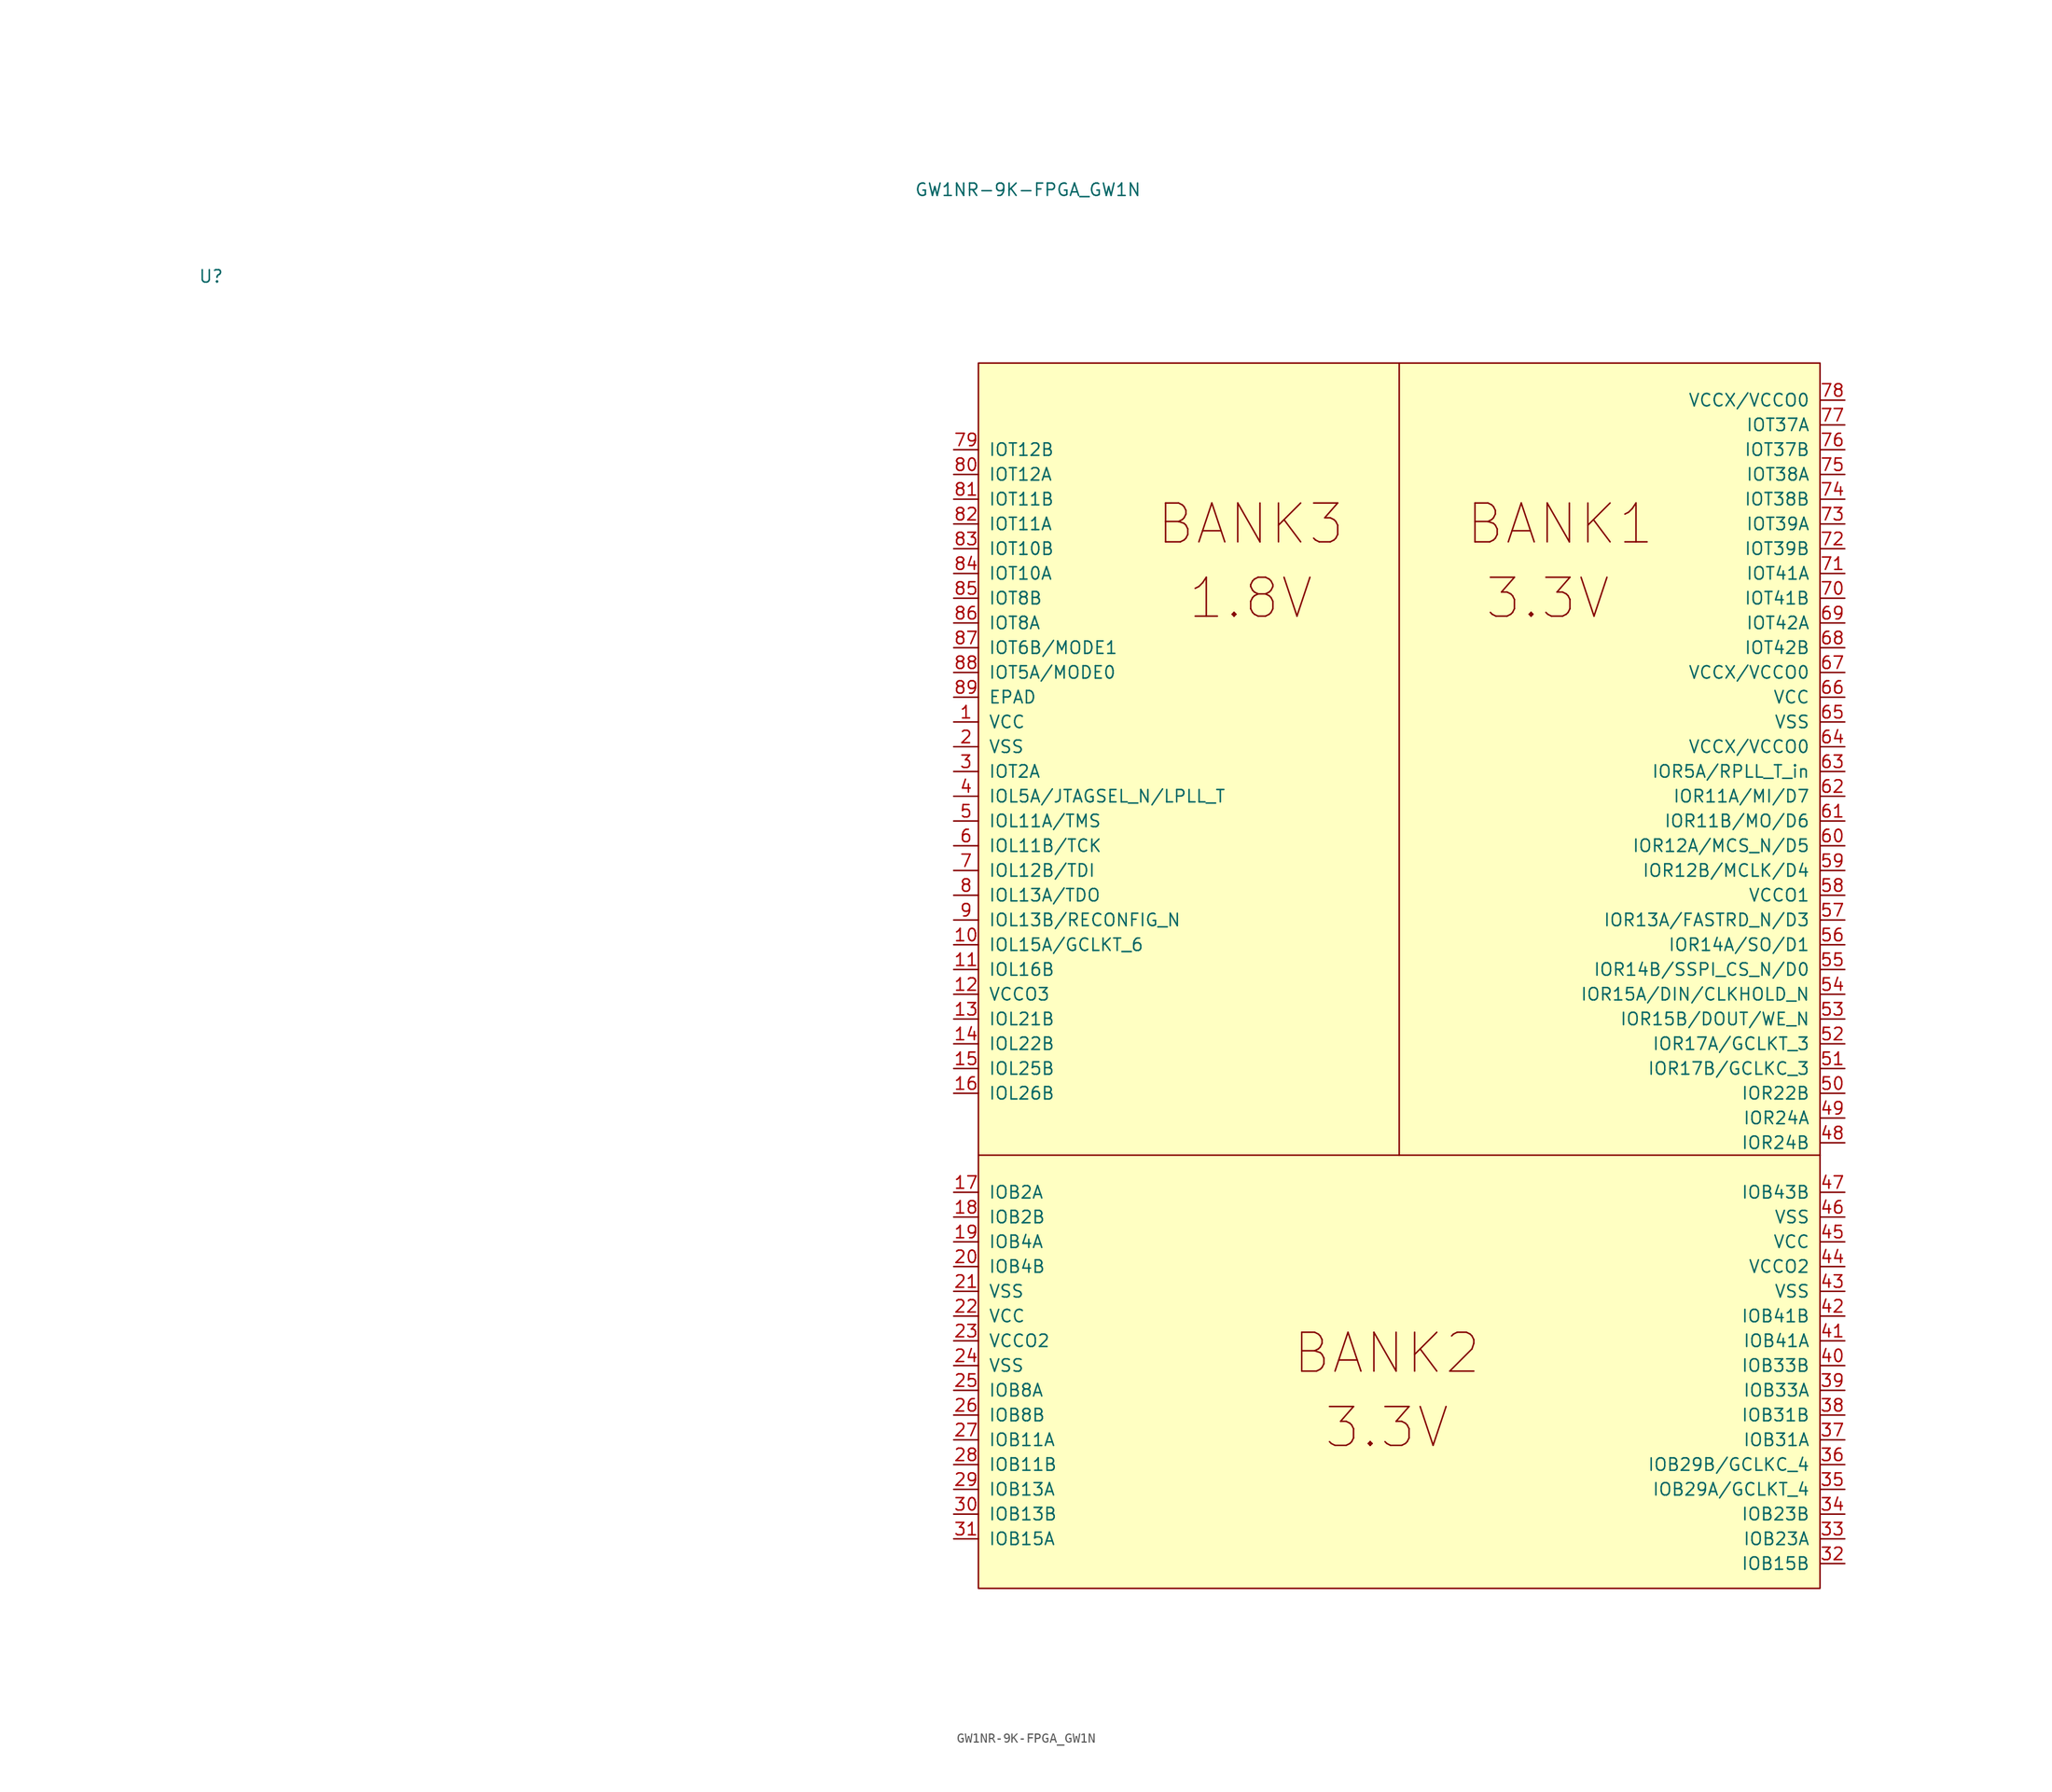
<source format=kicad_sym>
(kicad_symbol_lib
  (version 20211014)
  (generator kicad_symbol_editor)
  (symbol "GW1NR-9K-FPGA_GW1N"
    (pin_names
      (offset 1.016))
    (property "Reference" "U"
      (at 0 0 0)
      (effects (font (size 1.27 1.27))))
    (property "Value" "GW1NR-9K-FPGA_GW1N"
      (at 83.82 8.89 0)
      (effects (font (size 1.27 1.27))))
    (symbol "GW1NR-9K-FPGA_GW1N_0_1"
      (polyline (pts (xy 78.74 -90.17) (xy 165.1 -90.17)) (stroke (width 0.152) (type default) (color 0 0 0 0)) (fill (type none)))
      (polyline (pts (xy 121.92 -90.17) (xy 121.92 -8.89)) (stroke (width 0.152) (type default) (color 0 0 0 0)) (fill (type none))))
    (symbol "GW1NR-9K-FPGA_GW1N_1_1"
      (rectangle (start 78.74 -8.89) (end 165.1 -134.62) (stroke (width 0) (type default) (color 0 0 0 0)) (fill (type background)))
      (text "1.8V" (at 106.68 -33.02 0) (effects (font (size 3.988 3.988))))
      (text "3.3V" (at 120.65 -118.11 0) (effects (font (size 3.988 3.988))))
      (text "3.3V" (at 137.16 -33.02 0) (effects (font (size 3.988 3.988))))
      (text "BANK1" (at 138.43 -25.4 0) (effects (font (size 3.988 3.988))))
      (text "BANK2" (at 120.65 -110.49 0) (effects (font (size 3.988 3.988))))
      (text "BANK3" (at 106.68 -25.4 0) (effects (font (size 3.988 3.988))))
      (pin bidirectional line (at 76.2 -45.72 0) (length 2.54) (name "VCC" (effects (font (size 1.27 1.27)))) (number "1" (effects (font (size 1.27 1.27)))))
      (pin bidirectional line (at 76.2 -68.58 0) (length 2.54) (name "IOL15A/GCLKT_6" (effects (font (size 1.27 1.27)))) (number "10" (effects (font (size 1.27 1.27)))))
      (pin bidirectional line (at 76.2 -71.12 0) (length 2.54) (name "IOL16B" (effects (font (size 1.27 1.27)))) (number "11" (effects (font (size 1.27 1.27)))))
      (pin bidirectional line (at 76.2 -73.66 0) (length 2.54) (name "VCCO3" (effects (font (size 1.27 1.27)))) (number "12" (effects (font (size 1.27 1.27)))))
      (pin bidirectional line (at 76.2 -76.2 0) (length 2.54) (name "IOL21B" (effects (font (size 1.27 1.27)))) (number "13" (effects (font (size 1.27 1.27)))))
      (pin bidirectional line (at 76.2 -78.74 0) (length 2.54) (name "IOL22B" (effects (font (size 1.27 1.27)))) (number "14" (effects (font (size 1.27 1.27)))))
      (pin bidirectional line (at 76.2 -81.28 0) (length 2.54) (name "IOL25B" (effects (font (size 1.27 1.27)))) (number "15" (effects (font (size 1.27 1.27)))))
      (pin bidirectional line (at 76.2 -83.82 0) (length 2.54) (name "IOL26B" (effects (font (size 1.27 1.27)))) (number "16" (effects (font (size 1.27 1.27)))))
      (pin bidirectional line (at 76.2 -93.98 0) (length 2.54) (name "IOB2A" (effects (font (size 1.27 1.27)))) (number "17" (effects (font (size 1.27 1.27)))))
      (pin bidirectional line (at 76.2 -96.52 0) (length 2.54) (name "IOB2B" (effects (font (size 1.27 1.27)))) (number "18" (effects (font (size 1.27 1.27)))))
      (pin bidirectional line (at 76.2 -99.06 0) (length 2.54) (name "IOB4A" (effects (font (size 1.27 1.27)))) (number "19" (effects (font (size 1.27 1.27)))))
      (pin bidirectional line (at 76.2 -48.26 0) (length 2.54) (name "VSS" (effects (font (size 1.27 1.27)))) (number "2" (effects (font (size 1.27 1.27)))))
      (pin bidirectional line (at 76.2 -101.6 0) (length 2.54) (name "IOB4B" (effects (font (size 1.27 1.27)))) (number "20" (effects (font (size 1.27 1.27)))))
      (pin bidirectional line (at 76.2 -104.14 0) (length 2.54) (name "VSS" (effects (font (size 1.27 1.27)))) (number "21" (effects (font (size 1.27 1.27)))))
      (pin bidirectional line (at 76.2 -106.68 0) (length 2.54) (name "VCC" (effects (font (size 1.27 1.27)))) (number "22" (effects (font (size 1.27 1.27)))))
      (pin bidirectional line (at 76.2 -109.22 0) (length 2.54) (name "VCCO2" (effects (font (size 1.27 1.27)))) (number "23" (effects (font (size 1.27 1.27)))))
      (pin bidirectional line (at 76.2 -111.76 0) (length 2.54) (name "VSS" (effects (font (size 1.27 1.27)))) (number "24" (effects (font (size 1.27 1.27)))))
      (pin bidirectional line (at 76.2 -114.3 0) (length 2.54) (name "IOB8A" (effects (font (size 1.27 1.27)))) (number "25" (effects (font (size 1.27 1.27)))))
      (pin bidirectional line (at 76.2 -116.84 0) (length 2.54) (name "IOB8B" (effects (font (size 1.27 1.27)))) (number "26" (effects (font (size 1.27 1.27)))))
      (pin bidirectional line (at 76.2 -119.38 0) (length 2.54) (name "IOB11A" (effects (font (size 1.27 1.27)))) (number "27" (effects (font (size 1.27 1.27)))))
      (pin bidirectional line (at 76.2 -121.92 0) (length 2.54) (name "IOB11B" (effects (font (size 1.27 1.27)))) (number "28" (effects (font (size 1.27 1.27)))))
      (pin bidirectional line (at 76.2 -124.46 0) (length 2.54) (name "IOB13A" (effects (font (size 1.27 1.27)))) (number "29" (effects (font (size 1.27 1.27)))))
      (pin bidirectional line (at 76.2 -50.8 0) (length 2.54) (name "IOT2A" (effects (font (size 1.27 1.27)))) (number "3" (effects (font (size 1.27 1.27)))))
      (pin bidirectional line (at 76.2 -127 0) (length 2.54) (name "IOB13B" (effects (font (size 1.27 1.27)))) (number "30" (effects (font (size 1.27 1.27)))))
      (pin bidirectional line (at 76.2 -129.54 0) (length 2.54) (name "IOB15A" (effects (font (size 1.27 1.27)))) (number "31" (effects (font (size 1.27 1.27)))))
      (pin bidirectional line (at 167.64 -132.08 180) (length 2.54) (name "IOB15B" (effects (font (size 1.27 1.27)))) (number "32" (effects (font (size 1.27 1.27)))))
      (pin bidirectional line (at 167.64 -129.54 180) (length 2.54) (name "IOB23A" (effects (font (size 1.27 1.27)))) (number "33" (effects (font (size 1.27 1.27)))))
      (pin bidirectional line (at 167.64 -127 180) (length 2.54) (name "IOB23B" (effects (font (size 1.27 1.27)))) (number "34" (effects (font (size 1.27 1.27)))))
      (pin bidirectional line (at 167.64 -124.46 180) (length 2.54) (name "IOB29A/GCLKT_4" (effects (font (size 1.27 1.27)))) (number "35" (effects (font (size 1.27 1.27)))))
      (pin bidirectional line (at 167.64 -121.92 180) (length 2.54) (name "IOB29B/GCLKC_4" (effects (font (size 1.27 1.27)))) (number "36" (effects (font (size 1.27 1.27)))))
      (pin bidirectional line (at 167.64 -119.38 180) (length 2.54) (name "IOB31A" (effects (font (size 1.27 1.27)))) (number "37" (effects (font (size 1.27 1.27)))))
      (pin bidirectional line (at 167.64 -116.84 180) (length 2.54) (name "IOB31B" (effects (font (size 1.27 1.27)))) (number "38" (effects (font (size 1.27 1.27)))))
      (pin bidirectional line (at 167.64 -114.3 180) (length 2.54) (name "IOB33A" (effects (font (size 1.27 1.27)))) (number "39" (effects (font (size 1.27 1.27)))))
      (pin bidirectional line (at 76.2 -53.34 0) (length 2.54) (name "IOL5A/JTAGSEL_N/LPLL_T" (effects (font (size 1.27 1.27)))) (number "4" (effects (font (size 1.27 1.27)))))
      (pin bidirectional line (at 167.64 -111.76 180) (length 2.54) (name "IOB33B" (effects (font (size 1.27 1.27)))) (number "40" (effects (font (size 1.27 1.27)))))
      (pin bidirectional line (at 167.64 -109.22 180) (length 2.54) (name "IOB41A" (effects (font (size 1.27 1.27)))) (number "41" (effects (font (size 1.27 1.27)))))
      (pin bidirectional line (at 167.64 -106.68 180) (length 2.54) (name "IOB41B" (effects (font (size 1.27 1.27)))) (number "42" (effects (font (size 1.27 1.27)))))
      (pin bidirectional line (at 167.64 -104.14 180) (length 2.54) (name "VSS" (effects (font (size 1.27 1.27)))) (number "43" (effects (font (size 1.27 1.27)))))
      (pin bidirectional line (at 167.64 -101.6 180) (length 2.54) (name "VCCO2" (effects (font (size 1.27 1.27)))) (number "44" (effects (font (size 1.27 1.27)))))
      (pin bidirectional line (at 167.64 -99.06 180) (length 2.54) (name "VCC" (effects (font (size 1.27 1.27)))) (number "45" (effects (font (size 1.27 1.27)))))
      (pin bidirectional line (at 167.64 -96.52 180) (length 2.54) (name "VSS" (effects (font (size 1.27 1.27)))) (number "46" (effects (font (size 1.27 1.27)))))
      (pin bidirectional line (at 167.64 -93.98 180) (length 2.54) (name "IOB43B" (effects (font (size 1.27 1.27)))) (number "47" (effects (font (size 1.27 1.27)))))
      (pin bidirectional line (at 167.64 -88.9 180) (length 2.54) (name "IOR24B" (effects (font (size 1.27 1.27)))) (number "48" (effects (font (size 1.27 1.27)))))
      (pin bidirectional line (at 167.64 -86.36 180) (length 2.54) (name "IOR24A" (effects (font (size 1.27 1.27)))) (number "49" (effects (font (size 1.27 1.27)))))
      (pin bidirectional line (at 76.2 -55.88 0) (length 2.54) (name "IOL11A/TMS" (effects (font (size 1.27 1.27)))) (number "5" (effects (font (size 1.27 1.27)))))
      (pin bidirectional line (at 167.64 -83.82 180) (length 2.54) (name "IOR22B" (effects (font (size 1.27 1.27)))) (number "50" (effects (font (size 1.27 1.27)))))
      (pin bidirectional line (at 167.64 -81.28 180) (length 2.54) (name "IOR17B/GCLKC_3" (effects (font (size 1.27 1.27)))) (number "51" (effects (font (size 1.27 1.27)))))
      (pin bidirectional line (at 167.64 -78.74 180) (length 2.54) (name "IOR17A/GCLKT_3" (effects (font (size 1.27 1.27)))) (number "52" (effects (font (size 1.27 1.27)))))
      (pin bidirectional line (at 167.64 -76.2 180) (length 2.54) (name "IOR15B/DOUT/WE_N" (effects (font (size 1.27 1.27)))) (number "53" (effects (font (size 1.27 1.27)))))
      (pin bidirectional line (at 167.64 -73.66 180) (length 2.54) (name "IOR15A/DIN/CLKHOLD_N" (effects (font (size 1.27 1.27)))) (number "54" (effects (font (size 1.27 1.27)))))
      (pin bidirectional line (at 167.64 -71.12 180) (length 2.54) (name "IOR14B/SSPI_CS_N/D0" (effects (font (size 1.27 1.27)))) (number "55" (effects (font (size 1.27 1.27)))))
      (pin bidirectional line (at 167.64 -68.58 180) (length 2.54) (name "IOR14A/SO/D1" (effects (font (size 1.27 1.27)))) (number "56" (effects (font (size 1.27 1.27)))))
      (pin bidirectional line (at 167.64 -66.04 180) (length 2.54) (name "IOR13A/FASTRD_N/D3" (effects (font (size 1.27 1.27)))) (number "57" (effects (font (size 1.27 1.27)))))
      (pin bidirectional line (at 167.64 -63.5 180) (length 2.54) (name "VCCO1" (effects (font (size 1.27 1.27)))) (number "58" (effects (font (size 1.27 1.27)))))
      (pin bidirectional line (at 167.64 -60.96 180) (length 2.54) (name "IOR12B/MCLK/D4" (effects (font (size 1.27 1.27)))) (number "59" (effects (font (size 1.27 1.27)))))
      (pin bidirectional line (at 76.2 -58.42 0) (length 2.54) (name "IOL11B/TCK" (effects (font (size 1.27 1.27)))) (number "6" (effects (font (size 1.27 1.27)))))
      (pin bidirectional line (at 167.64 -58.42 180) (length 2.54) (name "IOR12A/MCS_N/D5" (effects (font (size 1.27 1.27)))) (number "60" (effects (font (size 1.27 1.27)))))
      (pin bidirectional line (at 167.64 -55.88 180) (length 2.54) (name "IOR11B/MO/D6" (effects (font (size 1.27 1.27)))) (number "61" (effects (font (size 1.27 1.27)))))
      (pin bidirectional line (at 167.64 -53.34 180) (length 2.54) (name "IOR11A/MI/D7" (effects (font (size 1.27 1.27)))) (number "62" (effects (font (size 1.27 1.27)))))
      (pin bidirectional line (at 167.64 -50.8 180) (length 2.54) (name "IOR5A/RPLL_T_in" (effects (font (size 1.27 1.27)))) (number "63" (effects (font (size 1.27 1.27)))))
      (pin bidirectional line (at 167.64 -48.26 180) (length 2.54) (name "VCCX/VCCO0" (effects (font (size 1.27 1.27)))) (number "64" (effects (font (size 1.27 1.27)))))
      (pin bidirectional line (at 167.64 -45.72 180) (length 2.54) (name "VSS" (effects (font (size 1.27 1.27)))) (number "65" (effects (font (size 1.27 1.27)))))
      (pin bidirectional line (at 167.64 -43.18 180) (length 2.54) (name "VCC" (effects (font (size 1.27 1.27)))) (number "66" (effects (font (size 1.27 1.27)))))
      (pin bidirectional line (at 167.64 -40.64 180) (length 2.54) (name "VCCX/VCCO0" (effects (font (size 1.27 1.27)))) (number "67" (effects (font (size 1.27 1.27)))))
      (pin bidirectional line (at 167.64 -38.1 180) (length 2.54) (name "IOT42B" (effects (font (size 1.27 1.27)))) (number "68" (effects (font (size 1.27 1.27)))))
      (pin bidirectional line (at 167.64 -35.56 180) (length 2.54) (name "IOT42A" (effects (font (size 1.27 1.27)))) (number "69" (effects (font (size 1.27 1.27)))))
      (pin bidirectional line (at 76.2 -60.96 0) (length 2.54) (name "IOL12B/TDI" (effects (font (size 1.27 1.27)))) (number "7" (effects (font (size 1.27 1.27)))))
      (pin bidirectional line (at 167.64 -33.02 180) (length 2.54) (name "IOT41B" (effects (font (size 1.27 1.27)))) (number "70" (effects (font (size 1.27 1.27)))))
      (pin bidirectional line (at 167.64 -30.48 180) (length 2.54) (name "IOT41A" (effects (font (size 1.27 1.27)))) (number "71" (effects (font (size 1.27 1.27)))))
      (pin bidirectional line (at 167.64 -27.94 180) (length 2.54) (name "IOT39B" (effects (font (size 1.27 1.27)))) (number "72" (effects (font (size 1.27 1.27)))))
      (pin bidirectional line (at 167.64 -25.4 180) (length 2.54) (name "IOT39A" (effects (font (size 1.27 1.27)))) (number "73" (effects (font (size 1.27 1.27)))))
      (pin bidirectional line (at 167.64 -22.86 180) (length 2.54) (name "IOT38B" (effects (font (size 1.27 1.27)))) (number "74" (effects (font (size 1.27 1.27)))))
      (pin bidirectional line (at 167.64 -20.32 180) (length 2.54) (name "IOT38A" (effects (font (size 1.27 1.27)))) (number "75" (effects (font (size 1.27 1.27)))))
      (pin bidirectional line (at 167.64 -17.78 180) (length 2.54) (name "IOT37B" (effects (font (size 1.27 1.27)))) (number "76" (effects (font (size 1.27 1.27)))))
      (pin bidirectional line (at 167.64 -15.24 180) (length 2.54) (name "IOT37A" (effects (font (size 1.27 1.27)))) (number "77" (effects (font (size 1.27 1.27)))))
      (pin bidirectional line (at 167.64 -12.7 180) (length 2.54) (name "VCCX/VCCO0" (effects (font (size 1.27 1.27)))) (number "78" (effects (font (size 1.27 1.27)))))
      (pin bidirectional line (at 76.2 -17.78 0) (length 2.54) (name "IOT12B" (effects (font (size 1.27 1.27)))) (number "79" (effects (font (size 1.27 1.27)))))
      (pin bidirectional line (at 76.2 -63.5 0) (length 2.54) (name "IOL13A/TDO" (effects (font (size 1.27 1.27)))) (number "8" (effects (font (size 1.27 1.27)))))
      (pin bidirectional line (at 76.2 -20.32 0) (length 2.54) (name "IOT12A" (effects (font (size 1.27 1.27)))) (number "80" (effects (font (size 1.27 1.27)))))
      (pin bidirectional line (at 76.2 -22.86 0) (length 2.54) (name "IOT11B" (effects (font (size 1.27 1.27)))) (number "81" (effects (font (size 1.27 1.27)))))
      (pin bidirectional line (at 76.2 -25.4 0) (length 2.54) (name "IOT11A" (effects (font (size 1.27 1.27)))) (number "82" (effects (font (size 1.27 1.27)))))
      (pin bidirectional line (at 76.2 -27.94 0) (length 2.54) (name "IOT10B" (effects (font (size 1.27 1.27)))) (number "83" (effects (font (size 1.27 1.27)))))
      (pin bidirectional line (at 76.2 -30.48 0) (length 2.54) (name "IOT10A" (effects (font (size 1.27 1.27)))) (number "84" (effects (font (size 1.27 1.27)))))
      (pin bidirectional line (at 76.2 -33.02 0) (length 2.54) (name "IOT8B" (effects (font (size 1.27 1.27)))) (number "85" (effects (font (size 1.27 1.27)))))
      (pin bidirectional line (at 76.2 -35.56 0) (length 2.54) (name "IOT8A" (effects (font (size 1.27 1.27)))) (number "86" (effects (font (size 1.27 1.27)))))
      (pin bidirectional line (at 76.2 -38.1 0) (length 2.54) (name "IOT6B/MODE1" (effects (font (size 1.27 1.27)))) (number "87" (effects (font (size 1.27 1.27)))))
      (pin bidirectional line (at 76.2 -40.64 0) (length 2.54) (name "IOT5A/MODE0" (effects (font (size 1.27 1.27)))) (number "88" (effects (font (size 1.27 1.27)))))
      (pin passive line (at 76.2 -43.18 0) (length 2.54) (name "EPAD" (effects (font (size 1.27 1.27)))) (number "89" (effects (font (size 1.27 1.27)))))
      (pin bidirectional line (at 76.2 -66.04 0) (length 2.54) (name "IOL13B/RECONFIG_N" (effects (font (size 1.27 1.27)))) (number "9" (effects (font (size 1.27 1.27))))))))
</source>
